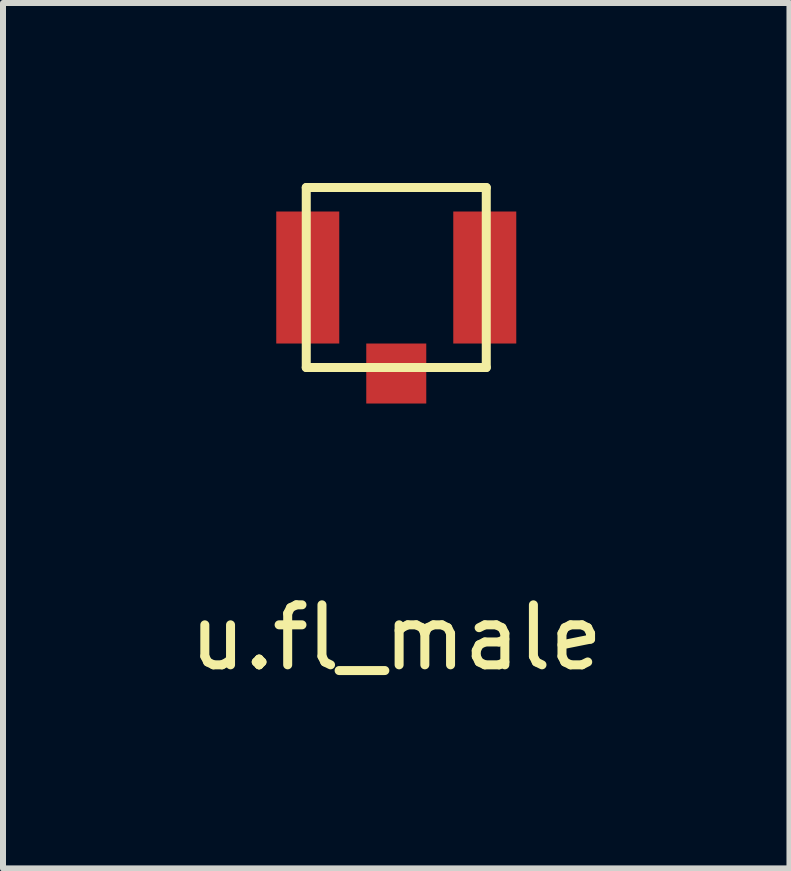
<source format=kicad_pcb>
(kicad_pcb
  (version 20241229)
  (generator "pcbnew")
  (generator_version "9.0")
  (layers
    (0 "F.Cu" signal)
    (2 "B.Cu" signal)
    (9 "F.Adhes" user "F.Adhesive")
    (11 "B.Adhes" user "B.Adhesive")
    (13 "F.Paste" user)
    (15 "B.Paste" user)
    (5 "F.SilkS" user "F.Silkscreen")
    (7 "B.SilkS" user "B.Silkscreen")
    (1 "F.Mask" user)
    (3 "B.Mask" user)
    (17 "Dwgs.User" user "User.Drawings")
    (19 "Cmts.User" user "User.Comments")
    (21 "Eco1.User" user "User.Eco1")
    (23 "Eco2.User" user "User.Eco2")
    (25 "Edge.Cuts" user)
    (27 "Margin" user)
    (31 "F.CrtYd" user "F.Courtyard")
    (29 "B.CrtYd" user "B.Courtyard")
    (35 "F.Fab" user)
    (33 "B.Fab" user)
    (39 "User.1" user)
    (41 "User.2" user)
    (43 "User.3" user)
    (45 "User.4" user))
  (footprint "u.fl_male"
    (layer "F.Cu")
    (at 3.554 1.575)
    (property "Reference" "u.fl_male" (at 0 6 0) (layer "F.SilkS") (effects (font (size 1 1) (thickness 0.15))))
    (attr through_hole)
    (fp_line (start -1.5 -1.5) (end 1.5 -1.5) (stroke (width 0.15) (type solid)) (layer "F.SilkS"))
    (fp_line (start -1.5 1.5) (end -1.5 -1.5) (stroke (width 0.15) (type solid)) (layer "F.SilkS"))
    (fp_line (start 1.5 -1.5) (end 1.5 1.5) (stroke (width 0.15) (type solid)) (layer "F.SilkS"))
    (fp_line (start 1.5 1.5) (end -1.5 1.5) (stroke (width 0.15) (type solid)) (layer "F.SilkS"))
    (pad "1" smd rect (at 1.475 0) (size 1.05 2.2) (layers "F.Cu" "F.Mask" "F.Paste"))
    (pad "2" smd rect (at -1.475 0) (size 1.05 2.2) (layers "F.Cu" "F.Mask" "F.Paste"))
    (pad "3" smd rect (at 0 1.6) (size 1 1) (layers "F.Cu" "F.Mask" "F.Paste")))
  (gr_rect
    (start -3 -3)
    (end 10.107 11.423)
    (stroke (width 0.1) (type default))
    (fill no)
    (layer "Edge.Cuts")))
</source>
